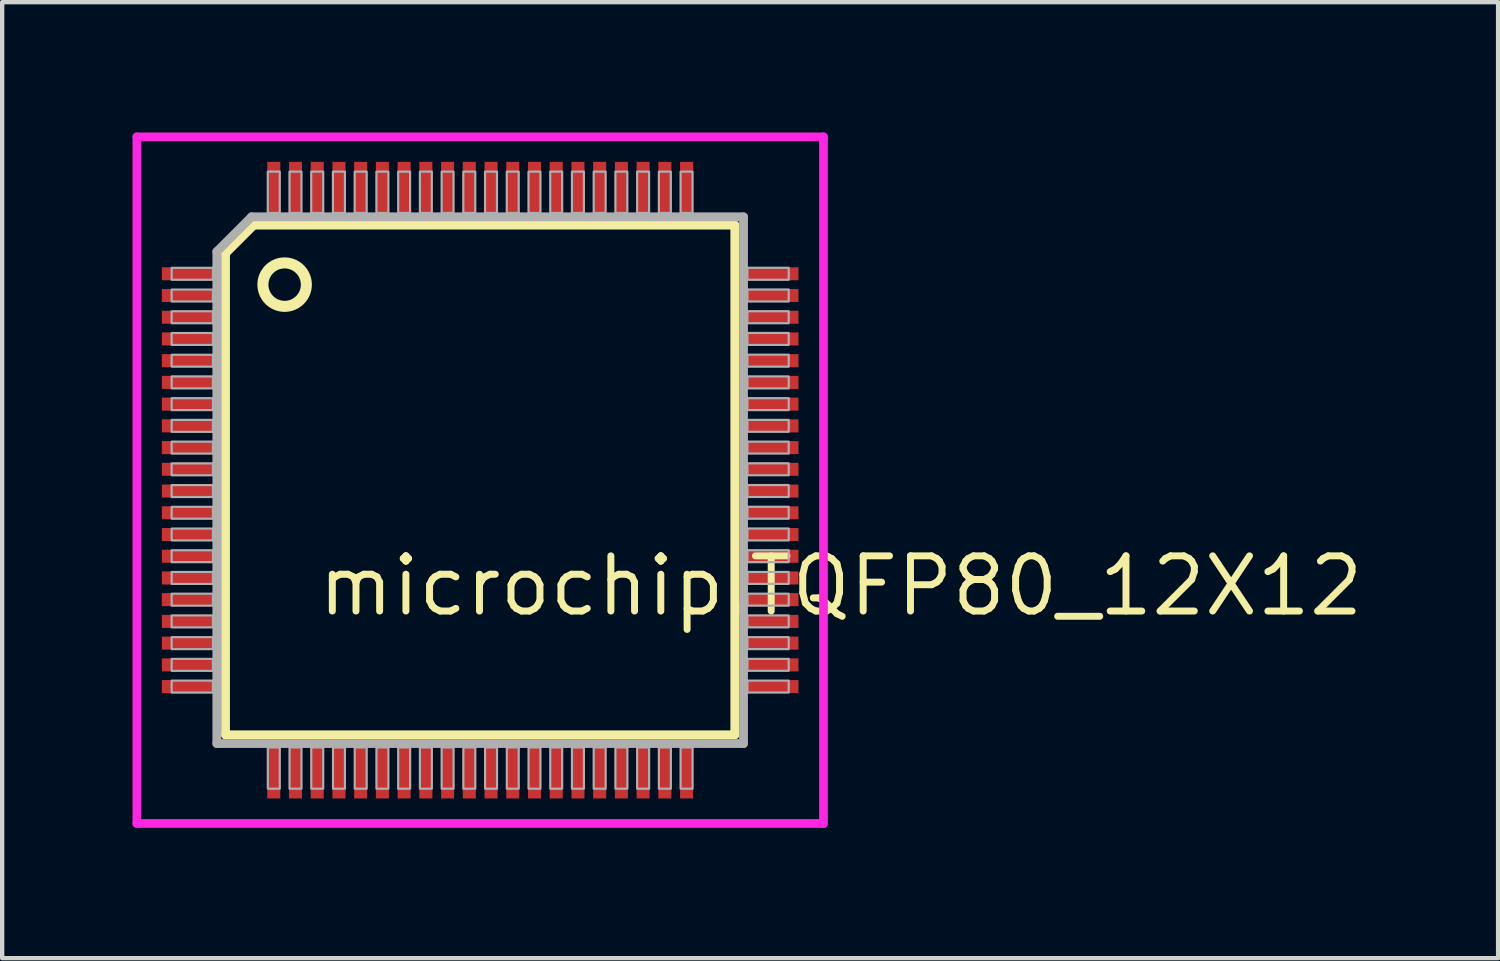
<source format=kicad_pcb>
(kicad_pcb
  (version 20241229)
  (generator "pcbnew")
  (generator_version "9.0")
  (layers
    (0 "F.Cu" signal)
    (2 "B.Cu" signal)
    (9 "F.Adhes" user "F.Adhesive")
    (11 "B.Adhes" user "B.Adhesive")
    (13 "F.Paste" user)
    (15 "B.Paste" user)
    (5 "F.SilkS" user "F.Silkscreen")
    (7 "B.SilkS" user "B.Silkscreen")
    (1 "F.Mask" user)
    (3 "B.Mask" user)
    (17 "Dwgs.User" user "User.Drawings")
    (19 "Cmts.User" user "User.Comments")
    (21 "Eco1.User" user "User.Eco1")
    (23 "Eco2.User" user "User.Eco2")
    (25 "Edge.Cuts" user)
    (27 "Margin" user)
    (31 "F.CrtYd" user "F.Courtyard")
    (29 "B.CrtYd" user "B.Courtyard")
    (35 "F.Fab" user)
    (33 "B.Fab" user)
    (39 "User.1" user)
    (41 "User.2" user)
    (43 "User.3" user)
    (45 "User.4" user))
  (footprint "microchip.TQFP80_12X12"
    (layer "F.Cu")
    (at 8 8)
    (property "Reference" "microchip.TQFP80_12X12" (at -3.81 3.175 0) (layer "F.SilkS") (effects (font (size 1.27 1.27) (thickness 0.16)) (justify left bottom)))
    (attr smd)
    (fp_line (start -5.86 -5.22) (end -5.21 -5.87) (stroke (width 0.203) (type default)) (layer "F.SilkS"))
    (fp_line (start -5.86 5.86) (end -5.86 -5.22) (stroke (width 0.203) (type default)) (layer "F.SilkS"))
    (fp_line (start -5.21 -5.87) (end 5.86 -5.87) (stroke (width 0.203) (type default)) (layer "F.SilkS"))
    (fp_line (start 5.86 -5.87) (end 5.86 5.86) (stroke (width 0.203) (type default)) (layer "F.SilkS"))
    (fp_line (start 5.86 5.86) (end -5.86 5.86) (stroke (width 0.203) (type default)) (layer "F.SilkS"))
    (fp_circle (center -4.5 -4.5) (end -4 -4.5) (stroke (width 0.254) (type default)) (fill no) (layer "F.SilkS"))
    (fp_line (start -7.9 -7.9) (end 7.9 -7.9) (stroke (width 0.2) (type default)) (layer "F.CrtYd"))
    (fp_line (start -7.9 7.9) (end -7.9 -7.9) (stroke (width 0.2) (type default)) (layer "F.CrtYd"))
    (fp_line (start 7.9 -7.9) (end 7.9 7.9) (stroke (width 0.2) (type default)) (layer "F.CrtYd"))
    (fp_line (start 7.9 7.9) (end -7.9 7.9) (stroke (width 0.2) (type default)) (layer "F.CrtYd"))
    (fp_line (start -6.06 -5.26) (end -6.06 6.06) (stroke (width 0.203) (type default)) (layer "F.Fab"))
    (fp_line (start -6.06 6.06) (end 6.06 6.06) (stroke (width 0.203) (type default)) (layer "F.Fab"))
    (fp_line (start -5.26 -6.06) (end -6.06 -5.26) (stroke (width 0.203) (type default)) (layer "F.Fab"))
    (fp_line (start 6.06 -6.06) (end -5.26 -6.06) (stroke (width 0.203) (type default)) (layer "F.Fab"))
    (fp_line (start 6.06 6.06) (end 6.06 -6.06) (stroke (width 0.203) (type default)) (layer "F.Fab"))
    (fp_rect (start -7.1 -4.612) (end -6.15 -4.887) (stroke (width 0.05) (type default)) (fill no) (layer "F.Fab"))
    (fp_rect (start -7.1 -4.112) (end -6.15 -4.387) (stroke (width 0.05) (type default)) (fill no) (layer "F.Fab"))
    (fp_rect (start -7.1 -3.612) (end -6.15 -3.887) (stroke (width 0.05) (type default)) (fill no) (layer "F.Fab"))
    (fp_rect (start -7.1 -3.112) (end -6.15 -3.387) (stroke (width 0.05) (type default)) (fill no) (layer "F.Fab"))
    (fp_rect (start -7.1 -2.612) (end -6.15 -2.887) (stroke (width 0.05) (type default)) (fill no) (layer "F.Fab"))
    (fp_rect (start -7.1 -2.112) (end -6.15 -2.387) (stroke (width 0.05) (type default)) (fill no) (layer "F.Fab"))
    (fp_rect (start -7.1 -1.612) (end -6.15 -1.887) (stroke (width 0.05) (type default)) (fill no) (layer "F.Fab"))
    (fp_rect (start -7.1 -1.112) (end -6.15 -1.387) (stroke (width 0.05) (type default)) (fill no) (layer "F.Fab"))
    (fp_rect (start -7.1 -0.612) (end -6.15 -0.887) (stroke (width 0.05) (type default)) (fill no) (layer "F.Fab"))
    (fp_rect (start -7.1 -0.112) (end -6.15 -0.387) (stroke (width 0.05) (type default)) (fill no) (layer "F.Fab"))
    (fp_rect (start -7.1 0.388) (end -6.15 0.113) (stroke (width 0.05) (type default)) (fill no) (layer "F.Fab"))
    (fp_rect (start -7.1 0.887) (end -6.15 0.613) (stroke (width 0.05) (type default)) (fill no) (layer "F.Fab"))
    (fp_rect (start -7.1 1.387) (end -6.15 1.113) (stroke (width 0.05) (type default)) (fill no) (layer "F.Fab"))
    (fp_rect (start -7.1 1.887) (end -6.15 1.613) (stroke (width 0.05) (type default)) (fill no) (layer "F.Fab"))
    (fp_rect (start -7.1 2.388) (end -6.15 2.112) (stroke (width 0.05) (type default)) (fill no) (layer "F.Fab"))
    (fp_rect (start -7.1 2.888) (end -6.15 2.612) (stroke (width 0.05) (type default)) (fill no) (layer "F.Fab"))
    (fp_rect (start -7.1 3.388) (end -6.15 3.112) (stroke (width 0.05) (type default)) (fill no) (layer "F.Fab"))
    (fp_rect (start -7.1 3.888) (end -6.15 3.612) (stroke (width 0.05) (type default)) (fill no) (layer "F.Fab"))
    (fp_rect (start -7.1 4.388) (end -6.15 4.112) (stroke (width 0.05) (type default)) (fill no) (layer "F.Fab"))
    (fp_rect (start -7.1 4.888) (end -6.15 4.612) (stroke (width 0.05) (type default)) (fill no) (layer "F.Fab"))
    (fp_rect (start -4.888 -6.15) (end -4.612 -7.1) (stroke (width 0.05) (type default)) (fill no) (layer "F.Fab"))
    (fp_rect (start -4.887 7.1) (end -4.612 6.15) (stroke (width 0.05) (type default)) (fill no) (layer "F.Fab"))
    (fp_rect (start -4.388 -6.15) (end -4.112 -7.1) (stroke (width 0.05) (type default)) (fill no) (layer "F.Fab"))
    (fp_rect (start -4.387 7.1) (end -4.112 6.15) (stroke (width 0.05) (type default)) (fill no) (layer "F.Fab"))
    (fp_rect (start -3.888 -6.15) (end -3.612 -7.1) (stroke (width 0.05) (type default)) (fill no) (layer "F.Fab"))
    (fp_rect (start -3.887 7.1) (end -3.612 6.15) (stroke (width 0.05) (type default)) (fill no) (layer "F.Fab"))
    (fp_rect (start -3.388 -6.15) (end -3.112 -7.1) (stroke (width 0.05) (type default)) (fill no) (layer "F.Fab"))
    (fp_rect (start -3.387 7.1) (end -3.112 6.15) (stroke (width 0.05) (type default)) (fill no) (layer "F.Fab"))
    (fp_rect (start -2.888 -6.15) (end -2.612 -7.1) (stroke (width 0.05) (type default)) (fill no) (layer "F.Fab"))
    (fp_rect (start -2.887 7.1) (end -2.612 6.15) (stroke (width 0.05) (type default)) (fill no) (layer "F.Fab"))
    (fp_rect (start -2.388 -6.15) (end -2.112 -7.1) (stroke (width 0.05) (type default)) (fill no) (layer "F.Fab"))
    (fp_rect (start -2.387 7.1) (end -2.112 6.15) (stroke (width 0.05) (type default)) (fill no) (layer "F.Fab"))
    (fp_rect (start -1.887 -6.15) (end -1.613 -7.1) (stroke (width 0.05) (type default)) (fill no) (layer "F.Fab"))
    (fp_rect (start -1.887 7.1) (end -1.612 6.15) (stroke (width 0.05) (type default)) (fill no) (layer "F.Fab"))
    (fp_rect (start -1.387 -6.15) (end -1.113 -7.1) (stroke (width 0.05) (type default)) (fill no) (layer "F.Fab"))
    (fp_rect (start -1.387 7.1) (end -1.112 6.15) (stroke (width 0.05) (type default)) (fill no) (layer "F.Fab"))
    (fp_rect (start -0.887 -6.15) (end -0.613 -7.1) (stroke (width 0.05) (type default)) (fill no) (layer "F.Fab"))
    (fp_rect (start -0.887 7.1) (end -0.612 6.15) (stroke (width 0.05) (type default)) (fill no) (layer "F.Fab"))
    (fp_rect (start -0.388 -6.15) (end -0.113 -7.1) (stroke (width 0.05) (type default)) (fill no) (layer "F.Fab"))
    (fp_rect (start -0.387 7.1) (end -0.112 6.15) (stroke (width 0.05) (type default)) (fill no) (layer "F.Fab"))
    (fp_rect (start 0.112 -6.15) (end 0.387 -7.1) (stroke (width 0.05) (type default)) (fill no) (layer "F.Fab"))
    (fp_rect (start 0.113 7.1) (end 0.388 6.15) (stroke (width 0.05) (type default)) (fill no) (layer "F.Fab"))
    (fp_rect (start 0.612 -6.15) (end 0.887 -7.1) (stroke (width 0.05) (type default)) (fill no) (layer "F.Fab"))
    (fp_rect (start 0.613 7.1) (end 0.887 6.15) (stroke (width 0.05) (type default)) (fill no) (layer "F.Fab"))
    (fp_rect (start 1.112 -6.15) (end 1.387 -7.1) (stroke (width 0.05) (type default)) (fill no) (layer "F.Fab"))
    (fp_rect (start 1.113 7.1) (end 1.387 6.15) (stroke (width 0.05) (type default)) (fill no) (layer "F.Fab"))
    (fp_rect (start 1.612 -6.15) (end 1.887 -7.1) (stroke (width 0.05) (type default)) (fill no) (layer "F.Fab"))
    (fp_rect (start 1.613 7.1) (end 1.887 6.15) (stroke (width 0.05) (type default)) (fill no) (layer "F.Fab"))
    (fp_rect (start 2.112 -6.15) (end 2.387 -7.1) (stroke (width 0.05) (type default)) (fill no) (layer "F.Fab"))
    (fp_rect (start 2.112 7.1) (end 2.388 6.15) (stroke (width 0.05) (type default)) (fill no) (layer "F.Fab"))
    (fp_rect (start 2.612 -6.15) (end 2.887 -7.1) (stroke (width 0.05) (type default)) (fill no) (layer "F.Fab"))
    (fp_rect (start 2.612 7.1) (end 2.888 6.15) (stroke (width 0.05) (type default)) (fill no) (layer "F.Fab"))
    (fp_rect (start 3.112 -6.15) (end 3.387 -7.1) (stroke (width 0.05) (type default)) (fill no) (layer "F.Fab"))
    (fp_rect (start 3.112 7.1) (end 3.388 6.15) (stroke (width 0.05) (type default)) (fill no) (layer "F.Fab"))
    (fp_rect (start 3.612 -6.15) (end 3.887 -7.1) (stroke (width 0.05) (type default)) (fill no) (layer "F.Fab"))
    (fp_rect (start 3.612 7.1) (end 3.888 6.15) (stroke (width 0.05) (type default)) (fill no) (layer "F.Fab"))
    (fp_rect (start 4.112 -6.15) (end 4.387 -7.1) (stroke (width 0.05) (type default)) (fill no) (layer "F.Fab"))
    (fp_rect (start 4.112 7.1) (end 4.388 6.15) (stroke (width 0.05) (type default)) (fill no) (layer "F.Fab"))
    (fp_rect (start 4.612 -6.15) (end 4.887 -7.1) (stroke (width 0.05) (type default)) (fill no) (layer "F.Fab"))
    (fp_rect (start 4.612 7.1) (end 4.888 6.15) (stroke (width 0.05) (type default)) (fill no) (layer "F.Fab"))
    (fp_rect (start 6.15 -4.612) (end 7.1 -4.888) (stroke (width 0.05) (type default)) (fill no) (layer "F.Fab"))
    (fp_rect (start 6.15 -4.112) (end 7.1 -4.388) (stroke (width 0.05) (type default)) (fill no) (layer "F.Fab"))
    (fp_rect (start 6.15 -3.612) (end 7.1 -3.888) (stroke (width 0.05) (type default)) (fill no) (layer "F.Fab"))
    (fp_rect (start 6.15 -3.112) (end 7.1 -3.388) (stroke (width 0.05) (type default)) (fill no) (layer "F.Fab"))
    (fp_rect (start 6.15 -2.612) (end 7.1 -2.888) (stroke (width 0.05) (type default)) (fill no) (layer "F.Fab"))
    (fp_rect (start 6.15 -2.112) (end 7.1 -2.388) (stroke (width 0.05) (type default)) (fill no) (layer "F.Fab"))
    (fp_rect (start 6.15 -1.613) (end 7.1 -1.887) (stroke (width 0.05) (type default)) (fill no) (layer "F.Fab"))
    (fp_rect (start 6.15 -1.113) (end 7.1 -1.387) (stroke (width 0.05) (type default)) (fill no) (layer "F.Fab"))
    (fp_rect (start 6.15 -0.613) (end 7.1 -0.887) (stroke (width 0.05) (type default)) (fill no) (layer "F.Fab"))
    (fp_rect (start 6.15 -0.113) (end 7.1 -0.388) (stroke (width 0.05) (type default)) (fill no) (layer "F.Fab"))
    (fp_rect (start 6.15 0.387) (end 7.1 0.112) (stroke (width 0.05) (type default)) (fill no) (layer "F.Fab"))
    (fp_rect (start 6.15 0.887) (end 7.1 0.612) (stroke (width 0.05) (type default)) (fill no) (layer "F.Fab"))
    (fp_rect (start 6.15 1.387) (end 7.1 1.112) (stroke (width 0.05) (type default)) (fill no) (layer "F.Fab"))
    (fp_rect (start 6.15 1.887) (end 7.1 1.612) (stroke (width 0.05) (type default)) (fill no) (layer "F.Fab"))
    (fp_rect (start 6.15 2.387) (end 7.1 2.112) (stroke (width 0.05) (type default)) (fill no) (layer "F.Fab"))
    (fp_rect (start 6.15 2.887) (end 7.1 2.612) (stroke (width 0.05) (type default)) (fill no) (layer "F.Fab"))
    (fp_rect (start 6.15 3.387) (end 7.1 3.112) (stroke (width 0.05) (type default)) (fill no) (layer "F.Fab"))
    (fp_rect (start 6.15 3.887) (end 7.1 3.612) (stroke (width 0.05) (type default)) (fill no) (layer "F.Fab"))
    (fp_rect (start 6.15 4.387) (end 7.1 4.112) (stroke (width 0.05) (type default)) (fill no) (layer "F.Fab"))
    (fp_rect (start 6.15 4.887) (end 7.1 4.612) (stroke (width 0.05) (type default)) (fill no) (layer "F.Fab"))
    (pad "1" smd roundrect (at -6.725 -4.75 270) (size 0.3 1.2) (layers "F.Cu" "F.Mask" "F.Paste") (roundrect_rratio 0.01))
    (pad "2" smd roundrect (at -6.725 -4.25 270) (size 0.3 1.2) (layers "F.Cu" "F.Mask" "F.Paste") (roundrect_rratio 0.01))
    (pad "3" smd roundrect (at -6.725 -3.75 270) (size 0.3 1.2) (layers "F.Cu" "F.Mask" "F.Paste") (roundrect_rratio 0.01))
    (pad "4" smd roundrect (at -6.725 -3.25 270) (size 0.3 1.2) (layers "F.Cu" "F.Mask" "F.Paste") (roundrect_rratio 0.01))
    (pad "5" smd roundrect (at -6.725 -2.75 270) (size 0.3 1.2) (layers "F.Cu" "F.Mask" "F.Paste") (roundrect_rratio 0.01))
    (pad "6" smd roundrect (at -6.725 -2.25 270) (size 0.3 1.2) (layers "F.Cu" "F.Mask" "F.Paste") (roundrect_rratio 0.01))
    (pad "7" smd roundrect (at -6.725 -1.75 270) (size 0.3 1.2) (layers "F.Cu" "F.Mask" "F.Paste") (roundrect_rratio 0.01))
    (pad "8" smd roundrect (at -6.725 -1.25 270) (size 0.3 1.2) (layers "F.Cu" "F.Mask" "F.Paste") (roundrect_rratio 0.01))
    (pad "9" smd roundrect (at -6.725 -0.75 270) (size 0.3 1.2) (layers "F.Cu" "F.Mask" "F.Paste") (roundrect_rratio 0.01))
    (pad "10" smd roundrect (at -6.725 -0.25 270) (size 0.3 1.2) (layers "F.Cu" "F.Mask" "F.Paste") (roundrect_rratio 0.01))
    (pad "11" smd roundrect (at -6.725 0.25 270) (size 0.3 1.2) (layers "F.Cu" "F.Mask" "F.Paste") (roundrect_rratio 0.01))
    (pad "12" smd roundrect (at -6.725 0.75 270) (size 0.3 1.2) (layers "F.Cu" "F.Mask" "F.Paste") (roundrect_rratio 0.01))
    (pad "13" smd roundrect (at -6.725 1.25 270) (size 0.3 1.2) (layers "F.Cu" "F.Mask" "F.Paste") (roundrect_rratio 0.01))
    (pad "14" smd roundrect (at -6.725 1.75 270) (size 0.3 1.2) (layers "F.Cu" "F.Mask" "F.Paste") (roundrect_rratio 0.01))
    (pad "15" smd roundrect (at -6.725 2.25 270) (size 0.3 1.2) (layers "F.Cu" "F.Mask" "F.Paste") (roundrect_rratio 0.01))
    (pad "16" smd roundrect (at -6.725 2.75 270) (size 0.3 1.2) (layers "F.Cu" "F.Mask" "F.Paste") (roundrect_rratio 0.01))
    (pad "17" smd roundrect (at -6.725 3.25 270) (size 0.3 1.2) (layers "F.Cu" "F.Mask" "F.Paste") (roundrect_rratio 0.01))
    (pad "18" smd roundrect (at -6.725 3.75 270) (size 0.3 1.2) (layers "F.Cu" "F.Mask" "F.Paste") (roundrect_rratio 0.01))
    (pad "19" smd roundrect (at -6.725 4.25 270) (size 0.3 1.2) (layers "F.Cu" "F.Mask" "F.Paste") (roundrect_rratio 0.01))
    (pad "20" smd roundrect (at -6.725 4.75 270) (size 0.3 1.2) (layers "F.Cu" "F.Mask" "F.Paste") (roundrect_rratio 0.01))
    (pad "21" smd roundrect (at -4.75 6.725 270) (size 1.2 0.3) (layers "F.Cu" "F.Mask" "F.Paste") (roundrect_rratio 0.01))
    (pad "22" smd roundrect (at -4.25 6.725 270) (size 1.2 0.3) (layers "F.Cu" "F.Mask" "F.Paste") (roundrect_rratio 0.01))
    (pad "23" smd roundrect (at -3.75 6.725 270) (size 1.2 0.3) (layers "F.Cu" "F.Mask" "F.Paste") (roundrect_rratio 0.01))
    (pad "24" smd roundrect (at -3.25 6.725 270) (size 1.2 0.3) (layers "F.Cu" "F.Mask" "F.Paste") (roundrect_rratio 0.01))
    (pad "25" smd roundrect (at -2.75 6.725 270) (size 1.2 0.3) (layers "F.Cu" "F.Mask" "F.Paste") (roundrect_rratio 0.01))
    (pad "26" smd roundrect (at -2.25 6.725 270) (size 1.2 0.3) (layers "F.Cu" "F.Mask" "F.Paste") (roundrect_rratio 0.01))
    (pad "27" smd roundrect (at -1.75 6.725 270) (size 1.2 0.3) (layers "F.Cu" "F.Mask" "F.Paste") (roundrect_rratio 0.01))
    (pad "28" smd roundrect (at -1.25 6.725 270) (size 1.2 0.3) (layers "F.Cu" "F.Mask" "F.Paste") (roundrect_rratio 0.01))
    (pad "29" smd roundrect (at -0.75 6.725 270) (size 1.2 0.3) (layers "F.Cu" "F.Mask" "F.Paste") (roundrect_rratio 0.01))
    (pad "30" smd roundrect (at -0.25 6.725 270) (size 1.2 0.3) (layers "F.Cu" "F.Mask" "F.Paste") (roundrect_rratio 0.01))
    (pad "31" smd roundrect (at 0.25 6.725 270) (size 1.2 0.3) (layers "F.Cu" "F.Mask" "F.Paste") (roundrect_rratio 0.01))
    (pad "32" smd roundrect (at 0.75 6.725 270) (size 1.2 0.3) (layers "F.Cu" "F.Mask" "F.Paste") (roundrect_rratio 0.01))
    (pad "33" smd roundrect (at 1.25 6.725 270) (size 1.2 0.3) (layers "F.Cu" "F.Mask" "F.Paste") (roundrect_rratio 0.01))
    (pad "34" smd roundrect (at 1.75 6.725 270) (size 1.2 0.3) (layers "F.Cu" "F.Mask" "F.Paste") (roundrect_rratio 0.01))
    (pad "35" smd roundrect (at 2.25 6.725 270) (size 1.2 0.3) (layers "F.Cu" "F.Mask" "F.Paste") (roundrect_rratio 0.01))
    (pad "36" smd roundrect (at 2.75 6.725 270) (size 1.2 0.3) (layers "F.Cu" "F.Mask" "F.Paste") (roundrect_rratio 0.01))
    (pad "37" smd roundrect (at 3.25 6.725 270) (size 1.2 0.3) (layers "F.Cu" "F.Mask" "F.Paste") (roundrect_rratio 0.01))
    (pad "38" smd roundrect (at 3.75 6.725 270) (size 1.2 0.3) (layers "F.Cu" "F.Mask" "F.Paste") (roundrect_rratio 0.01))
    (pad "39" smd roundrect (at 4.25 6.725 270) (size 1.2 0.3) (layers "F.Cu" "F.Mask" "F.Paste") (roundrect_rratio 0.01))
    (pad "40" smd roundrect (at 4.75 6.725 270) (size 1.2 0.3) (layers "F.Cu" "F.Mask" "F.Paste") (roundrect_rratio 0.01))
    (pad "41" smd roundrect (at 6.725 4.75 270) (size 0.3 1.2) (layers "F.Cu" "F.Mask" "F.Paste") (roundrect_rratio 0.01))
    (pad "42" smd roundrect (at 6.725 4.25 270) (size 0.3 1.2) (layers "F.Cu" "F.Mask" "F.Paste") (roundrect_rratio 0.01))
    (pad "43" smd roundrect (at 6.725 3.75 270) (size 0.3 1.2) (layers "F.Cu" "F.Mask" "F.Paste") (roundrect_rratio 0.01))
    (pad "44" smd roundrect (at 6.725 3.25 270) (size 0.3 1.2) (layers "F.Cu" "F.Mask" "F.Paste") (roundrect_rratio 0.01))
    (pad "45" smd roundrect (at 6.725 2.75 270) (size 0.3 1.2) (layers "F.Cu" "F.Mask" "F.Paste") (roundrect_rratio 0.01))
    (pad "46" smd roundrect (at 6.725 2.25 270) (size 0.3 1.2) (layers "F.Cu" "F.Mask" "F.Paste") (roundrect_rratio 0.01))
    (pad "47" smd roundrect (at 6.725 1.75 270) (size 0.3 1.2) (layers "F.Cu" "F.Mask" "F.Paste") (roundrect_rratio 0.01))
    (pad "48" smd roundrect (at 6.725 1.25 270) (size 0.3 1.2) (layers "F.Cu" "F.Mask" "F.Paste") (roundrect_rratio 0.01))
    (pad "49" smd roundrect (at 6.725 0.75 270) (size 0.3 1.2) (layers "F.Cu" "F.Mask" "F.Paste") (roundrect_rratio 0.01))
    (pad "50" smd roundrect (at 6.725 0.25 270) (size 0.3 1.2) (layers "F.Cu" "F.Mask" "F.Paste") (roundrect_rratio 0.01))
    (pad "51" smd roundrect (at 6.725 -0.25 270) (size 0.3 1.2) (layers "F.Cu" "F.Mask" "F.Paste") (roundrect_rratio 0.01))
    (pad "52" smd roundrect (at 6.725 -0.75 270) (size 0.3 1.2) (layers "F.Cu" "F.Mask" "F.Paste") (roundrect_rratio 0.01))
    (pad "53" smd roundrect (at 6.725 -1.25 270) (size 0.3 1.2) (layers "F.Cu" "F.Mask" "F.Paste") (roundrect_rratio 0.01))
    (pad "54" smd roundrect (at 6.725 -1.75 270) (size 0.3 1.2) (layers "F.Cu" "F.Mask" "F.Paste") (roundrect_rratio 0.01))
    (pad "55" smd roundrect (at 6.725 -2.25 270) (size 0.3 1.2) (layers "F.Cu" "F.Mask" "F.Paste") (roundrect_rratio 0.01))
    (pad "56" smd roundrect (at 6.725 -2.75 270) (size 0.3 1.2) (layers "F.Cu" "F.Mask" "F.Paste") (roundrect_rratio 0.01))
    (pad "57" smd roundrect (at 6.725 -3.25 270) (size 0.3 1.2) (layers "F.Cu" "F.Mask" "F.Paste") (roundrect_rratio 0.01))
    (pad "58" smd roundrect (at 6.725 -3.75 270) (size 0.3 1.2) (layers "F.Cu" "F.Mask" "F.Paste") (roundrect_rratio 0.01))
    (pad "59" smd roundrect (at 6.725 -4.25 270) (size 0.3 1.2) (layers "F.Cu" "F.Mask" "F.Paste") (roundrect_rratio 0.01))
    (pad "60" smd roundrect (at 6.725 -4.75 270) (size 0.3 1.2) (layers "F.Cu" "F.Mask" "F.Paste") (roundrect_rratio 0.01))
    (pad "61" smd roundrect (at 4.75 -6.725 270) (size 1.2 0.3) (layers "F.Cu" "F.Mask" "F.Paste") (roundrect_rratio 0.01))
    (pad "62" smd roundrect (at 4.25 -6.725 270) (size 1.2 0.3) (layers "F.Cu" "F.Mask" "F.Paste") (roundrect_rratio 0.01))
    (pad "63" smd roundrect (at 3.75 -6.725 270) (size 1.2 0.3) (layers "F.Cu" "F.Mask" "F.Paste") (roundrect_rratio 0.01))
    (pad "64" smd roundrect (at 3.25 -6.725 270) (size 1.2 0.3) (layers "F.Cu" "F.Mask" "F.Paste") (roundrect_rratio 0.01))
    (pad "65" smd roundrect (at 2.75 -6.725 270) (size 1.2 0.3) (layers "F.Cu" "F.Mask" "F.Paste") (roundrect_rratio 0.01))
    (pad "66" smd roundrect (at 2.25 -6.725 270) (size 1.2 0.3) (layers "F.Cu" "F.Mask" "F.Paste") (roundrect_rratio 0.01))
    (pad "67" smd roundrect (at 1.75 -6.725 270) (size 1.2 0.3) (layers "F.Cu" "F.Mask" "F.Paste") (roundrect_rratio 0.01))
    (pad "68" smd roundrect (at 1.25 -6.725 270) (size 1.2 0.3) (layers "F.Cu" "F.Mask" "F.Paste") (roundrect_rratio 0.01))
    (pad "69" smd roundrect (at 0.75 -6.725 270) (size 1.2 0.3) (layers "F.Cu" "F.Mask" "F.Paste") (roundrect_rratio 0.01))
    (pad "70" smd roundrect (at 0.25 -6.725 270) (size 1.2 0.3) (layers "F.Cu" "F.Mask" "F.Paste") (roundrect_rratio 0.01))
    (pad "71" smd roundrect (at -0.25 -6.725 270) (size 1.2 0.3) (layers "F.Cu" "F.Mask" "F.Paste") (roundrect_rratio 0.01))
    (pad "72" smd roundrect (at -0.75 -6.725 270) (size 1.2 0.3) (layers "F.Cu" "F.Mask" "F.Paste") (roundrect_rratio 0.01))
    (pad "73" smd roundrect (at -1.25 -6.725 270) (size 1.2 0.3) (layers "F.Cu" "F.Mask" "F.Paste") (roundrect_rratio 0.01))
    (pad "74" smd roundrect (at -1.75 -6.725 270) (size 1.2 0.3) (layers "F.Cu" "F.Mask" "F.Paste") (roundrect_rratio 0.01))
    (pad "75" smd roundrect (at -2.25 -6.725 270) (size 1.2 0.3) (layers "F.Cu" "F.Mask" "F.Paste") (roundrect_rratio 0.01))
    (pad "76" smd roundrect (at -2.75 -6.725 270) (size 1.2 0.3) (layers "F.Cu" "F.Mask" "F.Paste") (roundrect_rratio 0.01))
    (pad "77" smd roundrect (at -3.25 -6.725 270) (size 1.2 0.3) (layers "F.Cu" "F.Mask" "F.Paste") (roundrect_rratio 0.01))
    (pad "78" smd roundrect (at -3.75 -6.725 270) (size 1.2 0.3) (layers "F.Cu" "F.Mask" "F.Paste") (roundrect_rratio 0.01))
    (pad "79" smd roundrect (at -4.25 -6.725 270) (size 1.2 0.3) (layers "F.Cu" "F.Mask" "F.Paste") (roundrect_rratio 0.01))
    (pad "80" smd roundrect (at -4.75 -6.725 270) (size 1.2 0.3) (layers "F.Cu" "F.Mask" "F.Paste") (roundrect_rratio 0.01)))
  (gr_rect
    (start -3 -3)
    (end 31.425 19)
    (stroke (width 0.1) (type default))
    (fill no)
    (layer "Edge.Cuts")))
</source>
